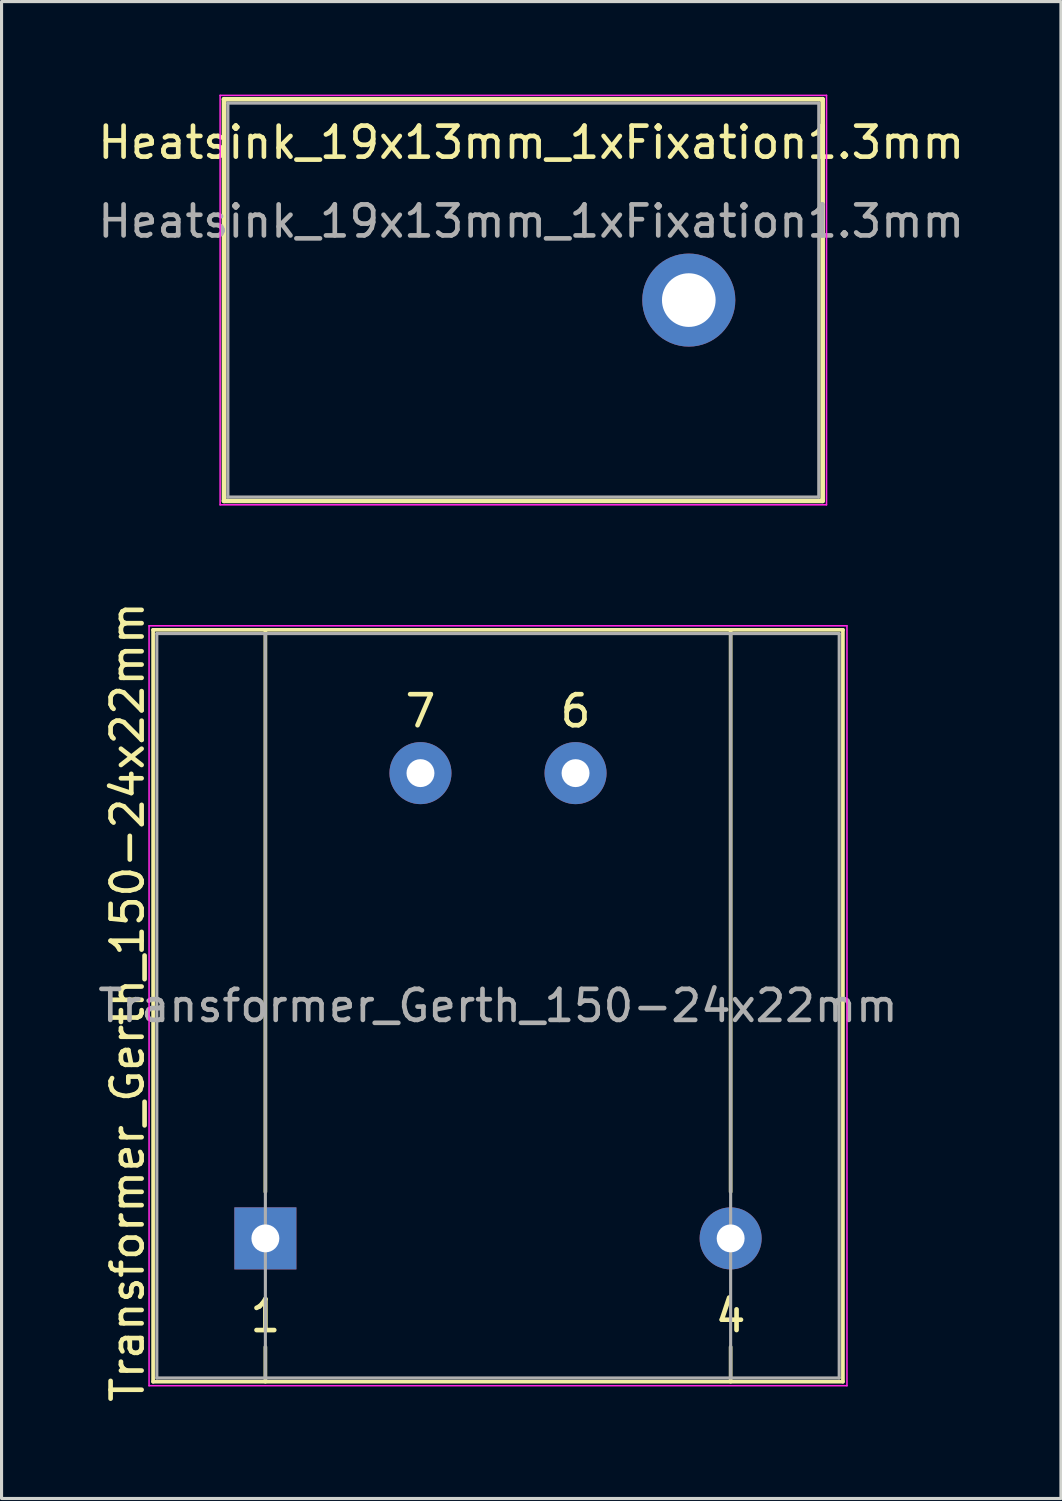
<source format=kicad_pcb>
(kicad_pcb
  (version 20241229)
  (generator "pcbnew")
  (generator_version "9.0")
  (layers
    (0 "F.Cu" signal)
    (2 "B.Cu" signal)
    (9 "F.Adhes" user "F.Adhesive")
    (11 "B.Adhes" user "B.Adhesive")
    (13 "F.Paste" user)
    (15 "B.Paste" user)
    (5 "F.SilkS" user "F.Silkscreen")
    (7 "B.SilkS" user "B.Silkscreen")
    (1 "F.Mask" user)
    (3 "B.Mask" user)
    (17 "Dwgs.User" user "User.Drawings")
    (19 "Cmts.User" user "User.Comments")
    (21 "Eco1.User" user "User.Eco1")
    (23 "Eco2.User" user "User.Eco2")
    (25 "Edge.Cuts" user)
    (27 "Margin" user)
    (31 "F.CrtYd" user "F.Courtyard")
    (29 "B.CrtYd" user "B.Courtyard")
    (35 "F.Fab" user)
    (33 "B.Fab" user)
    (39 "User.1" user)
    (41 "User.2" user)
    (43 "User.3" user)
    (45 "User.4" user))
  (footprint "Transformer_Gerth_150-24x22mm"
    (layer "F.Cu")
    (at 5.506 36.876)
    (property "Reference" "Transformer_Gerth_150-24x22mm" (at -4.445 -7.62 90) (layer "F.SilkS") (effects (font (size 1 1) (thickness 0.15))))
    (attr through_hole)
    (fp_line (start -3.62 -19.62) (end -3.62 4.62) (stroke (width 0.12) (type solid)) (layer "F.SilkS"))
    (fp_line (start -3.62 -19.62) (end 18.62 -19.62) (stroke (width 0.12) (type solid)) (layer "F.SilkS"))
    (fp_line (start 0 -1.5) (end 0 -19.62) (stroke (width 0.12) (type solid)) (layer "F.SilkS"))
    (fp_line (start 0 4.62) (end 0 3.5) (stroke (width 0.12) (type solid)) (layer "F.SilkS"))
    (fp_line (start 15 -1.5) (end 15 -19.62) (stroke (width 0.12) (type solid)) (layer "F.SilkS"))
    (fp_line (start 15 4.62) (end 15 3.5) (stroke (width 0.12) (type solid)) (layer "F.SilkS"))
    (fp_line (start 18.62 4.62) (end -3.62 4.62) (stroke (width 0.12) (type solid)) (layer "F.SilkS"))
    (fp_line (start 18.62 4.62) (end 18.62 -19.62) (stroke (width 0.12) (type solid)) (layer "F.SilkS"))
    (fp_line (start -3.75 -19.75) (end -3.75 4.75) (stroke (width 0.05) (type solid)) (layer "F.CrtYd"))
    (fp_line (start -3.75 -19.75) (end 18.75 -19.75) (stroke (width 0.05) (type solid)) (layer "F.CrtYd"))
    (fp_line (start 18.75 4.75) (end -3.75 4.75) (stroke (width 0.05) (type solid)) (layer "F.CrtYd"))
    (fp_line (start 18.75 4.75) (end 18.75 -19.75) (stroke (width 0.05) (type solid)) (layer "F.CrtYd"))
    (fp_line (start -3.5 -19.5) (end 18.5 -19.5) (stroke (width 0.1) (type solid)) (layer "F.Fab"))
    (fp_line (start -3.5 4.5) (end -3.5 -19.5) (stroke (width 0.1) (type solid)) (layer "F.Fab"))
    (fp_line (start 0 4.5) (end 0 -19.5) (stroke (width 0.1) (type solid)) (layer "F.Fab"))
    (fp_line (start 15 -19.5) (end 15 4.5) (stroke (width 0.1) (type solid)) (layer "F.Fab"))
    (fp_line (start 18.5 -19.5) (end 18.5 4.5) (stroke (width 0.1) (type solid)) (layer "F.Fab"))
    (fp_line (start 18.5 4.5) (end -3.5 4.5) (stroke (width 0.1) (type solid)) (layer "F.Fab"))
    (fp_text user "4" (at 15 2.5 0) (layer "F.SilkS") (effects (font (size 1 1) (thickness 0.15))))
    (fp_text user "6" (at 10 -17 0) (layer "F.SilkS") (effects (font (size 1 1) (thickness 0.15))))
    (fp_text user "1" (at 0 2.5 0) (layer "F.SilkS") (effects (font (size 1 1) (thickness 0.15))))
    (fp_text user "7" (at 5 -17 0) (layer "F.SilkS") (effects (font (size 1 1) (thickness 0.15))))
    (fp_text user "${REFERENCE}" (at 7.5 -7.5 0) (layer "F.Fab") (effects (font (size 1 1) (thickness 0.15))))
    (pad "1" thru_hole rect (at 0 0) (size 2 2) (drill 0.9) (layers "*.Cu" "*.Mask"))
    (pad "4" thru_hole circle (at 15 0) (size 2 2) (drill 0.9) (layers "*.Cu" "*.Mask"))
    (pad "6" thru_hole circle (at 10 -15) (size 2 2) (drill 0.9) (layers "*.Cu" "*.Mask"))
    (pad "7" thru_hole circle (at 5 -15) (size 2 2) (drill 0.9) (layers "*.Cu" "*.Mask")))
  (footprint "Heatsink_19x13mm_1xFixation1.3mm"
    (layer "F.Cu")
    (at 19.157 6.625)
    (property "Reference" "Heatsink_19x13mm_1xFixation1.3mm" (at -5.08 -5.08 0) (layer "F.SilkS") (effects (font (size 1 1) (thickness 0.15))))
    (attr through_hole)
    (fp_line (start -14.985 -6.475) (end -14.985 6.475) (stroke (width 0.15) (type solid)) (layer "F.SilkS"))
    (fp_line (start -14.985 6.475) (end 4.315 6.475) (stroke (width 0.15) (type solid)) (layer "F.SilkS"))
    (fp_line (start 4.315 -6.475) (end -14.985 -6.475) (stroke (width 0.15) (type solid)) (layer "F.SilkS"))
    (fp_line (start 4.315 6.475) (end 4.315 -6.475) (stroke (width 0.15) (type solid)) (layer "F.SilkS"))
    (fp_line (start -15.11 -6.6) (end -15.11 6.6) (stroke (width 0.05) (type solid)) (layer "F.CrtYd"))
    (fp_line (start -15.11 -6.6) (end 4.44 -6.6) (stroke (width 0.05) (type solid)) (layer "F.CrtYd"))
    (fp_line (start 4.44 6.6) (end -15.11 6.6) (stroke (width 0.05) (type solid)) (layer "F.CrtYd"))
    (fp_line (start 4.44 6.6) (end 4.44 -6.6) (stroke (width 0.05) (type solid)) (layer "F.CrtYd"))
    (fp_line (start -14.86 -6.35) (end 4.19 -6.35) (stroke (width 0.1) (type solid)) (layer "F.Fab"))
    (fp_line (start -14.86 6.35) (end -14.86 -6.35) (stroke (width 0.1) (type solid)) (layer "F.Fab"))
    (fp_line (start 4.19 -6.35) (end 4.19 6.35) (stroke (width 0.1) (type solid)) (layer "F.Fab"))
    (fp_line (start 4.19 6.35) (end -14.86 6.35) (stroke (width 0.1) (type solid)) (layer "F.Fab"))
    (fp_text user "${REFERENCE}" (at -5.08 -2.54 0) (layer "F.Fab") (effects (font (size 1 1) (thickness 0.15))))
    (pad "1" thru_hole circle (at 0 0) (size 3 3) (drill 1.73) (layers "*.Cu" "*.Mask")))
  (gr_rect
    (start -3 -3)
    (end 31.155 45.262)
    (stroke (width 0.1) (type default))
    (fill no)
    (layer "Edge.Cuts")))
</source>
